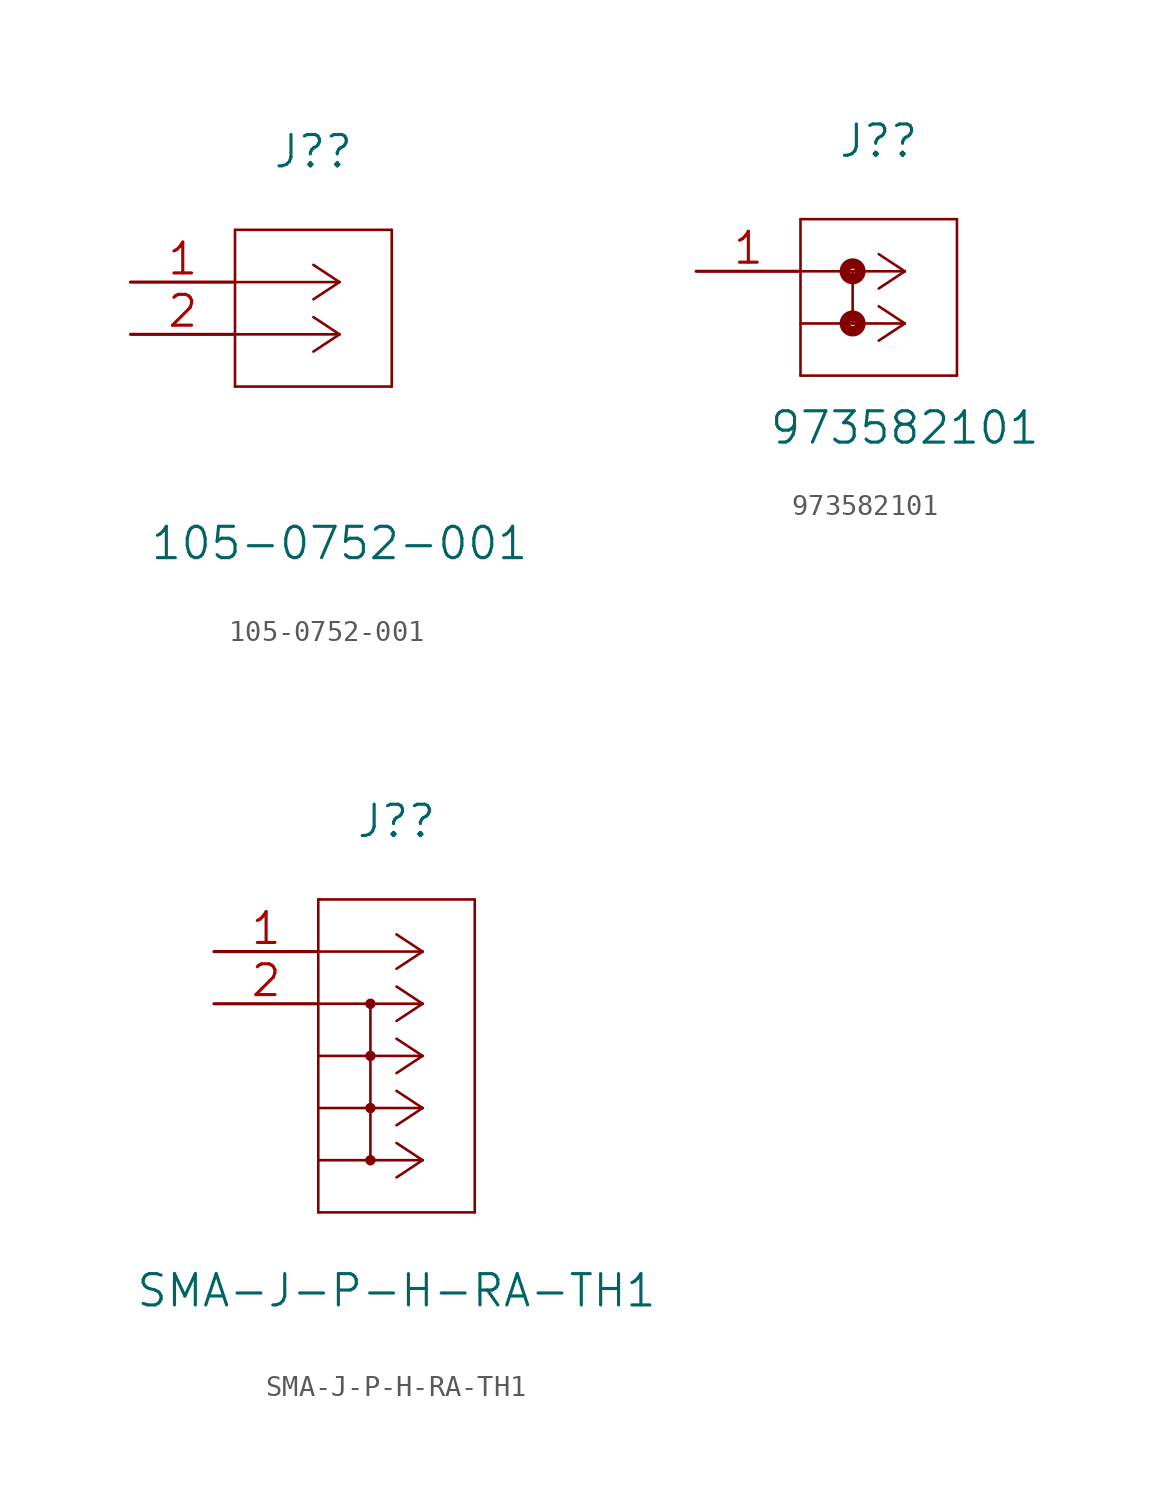
<source format=kicad_sym>
(kicad_symbol_lib
  (version 20211014)
  (generator kicad_symbol_editor)
  (symbol "105-0752-001"
    (pin_names
      (offset 0.254) hide)
    (property "Reference" "J?"
      (at 8.89 6.35 0)
      (effects (font (size 1.524 1.524))))
    (property "Value" "105-0752-001"
      (at 10.16 -12.7 0)
      (effects (font (size 1.524 1.524))))
    (symbol "105-0752-001_1_1"
      (polyline (pts (xy 5.08 -5.08) (xy 12.7 -5.08)) (stroke (width 0.127) (type default) (color 0 0 0 0)) (fill (type none)))
      (polyline (pts (xy 5.08 2.54) (xy 5.08 -5.08)) (stroke (width 0.127) (type default) (color 0 0 0 0)) (fill (type none)))
      (polyline (pts (xy 10.16 -2.54) (xy 5.08 -2.54)) (stroke (width 0.127) (type default) (color 0 0 0 0)) (fill (type none)))
      (polyline (pts (xy 10.16 -2.54) (xy 8.89 -3.378)) (stroke (width 0.127) (type default) (color 0 0 0 0)) (fill (type none)))
      (polyline (pts (xy 10.16 -2.54) (xy 8.89 -1.702)) (stroke (width 0.127) (type default) (color 0 0 0 0)) (fill (type none)))
      (polyline (pts (xy 10.16 0) (xy 5.08 0)) (stroke (width 0.127) (type default) (color 0 0 0 0)) (fill (type none)))
      (polyline (pts (xy 10.16 0) (xy 8.89 -0.838)) (stroke (width 0.127) (type default) (color 0 0 0 0)) (fill (type none)))
      (polyline (pts (xy 10.16 0) (xy 8.89 0.838)) (stroke (width 0.127) (type default) (color 0 0 0 0)) (fill (type none)))
      (polyline (pts (xy 12.7 -5.08) (xy 12.7 2.54)) (stroke (width 0.127) (type default) (color 0 0 0 0)) (fill (type none)))
      (polyline (pts (xy 12.7 2.54) (xy 5.08 2.54)) (stroke (width 0.127) (type default) (color 0 0 0 0)) (fill (type none)))
      (pin output line (at 0 0 0) (length 5.08) (name "1" (effects (font (size 1.499 1.499)))) (number "1" (effects (font (size 1.499 1.499)))))
      (pin output line (at 0 -2.54 0) (length 5.08) (name "2" (effects (font (size 1.499 1.499)))) (number "2" (effects (font (size 1.499 1.499)))))))
  (symbol "973582101"
    (pin_names
      (offset 0.254) hide)
    (property "Reference" "J?"
      (at 8.89 6.35 0)
      (effects (font (size 1.524 1.524))))
    (property "Value" "973582101"
      (at 10.16 -7.62 0)
      (effects (font (size 1.524 1.524))))
    (symbol "973582101_1_1"
      (polyline (pts (xy 5.08 -5.08) (xy 12.7 -5.08)) (stroke (width 0.127) (type default) (color 0 0 0 0)) (fill (type none)))
      (polyline (pts (xy 5.08 2.54) (xy 5.08 -5.08)) (stroke (width 0.127) (type default) (color 0 0 0 0)) (fill (type none)))
      (polyline (pts (xy 7.62 0) (xy 7.62 -2.54)) (stroke (width 0.127) (type default) (color 0 0 0 0)) (fill (type none)))
      (polyline (pts (xy 10.16 -2.54) (xy 5.08 -2.54)) (stroke (width 0.127) (type default) (color 0 0 0 0)) (fill (type none)))
      (polyline (pts (xy 10.16 -2.54) (xy 8.89 -3.378)) (stroke (width 0.127) (type default) (color 0 0 0 0)) (fill (type none)))
      (polyline (pts (xy 10.16 -2.54) (xy 8.89 -1.702)) (stroke (width 0.127) (type default) (color 0 0 0 0)) (fill (type none)))
      (polyline (pts (xy 10.16 0) (xy 5.08 0)) (stroke (width 0.127) (type default) (color 0 0 0 0)) (fill (type none)))
      (polyline (pts (xy 10.16 0) (xy 8.89 -0.838)) (stroke (width 0.127) (type default) (color 0 0 0 0)) (fill (type none)))
      (polyline (pts (xy 10.16 0) (xy 8.89 0.838)) (stroke (width 0.127) (type default) (color 0 0 0 0)) (fill (type none)))
      (polyline (pts (xy 12.7 -5.08) (xy 12.7 2.54)) (stroke (width 0.127) (type default) (color 0 0 0 0)) (fill (type none)))
      (polyline (pts (xy 12.7 2.54) (xy 5.08 2.54)) (stroke (width 0.127) (type default) (color 0 0 0 0)) (fill (type none)))
      (circle (center 7.62 -2.54) (radius 0.127) (stroke (width 0.508) (type default) (color 0 0 0 0)) (fill (type none)))
      (circle (center 7.62 0) (radius 0.127) (stroke (width 0.508) (type default) (color 0 0 0 0)) (fill (type none)))
      (pin bidirectional line (at 0 0 0) (length 5.08) (name "1" (effects (font (size 1.499 1.499)))) (number "1" (effects (font (size 1.499 1.499)))))
      (pin no_connect line (at 0 -2.54 0) (length 5.08) hide (name "2" (effects (font (size 1.499 1.499)))) (number "2" (effects (font (size 1.499 1.499)))))))
  (symbol "SMA-J-P-H-RA-TH1"
    (pin_names
      (offset 0.254) hide)
    (property "Reference" "J?"
      (at 8.89 6.35 0)
      (effects (font (size 1.524 1.524))))
    (property "Value" "SMA-J-P-H-RA-TH1"
      (at 8.89 -16.51 0)
      (effects (font (size 1.524 1.524))))
    (symbol "SMA-J-P-H-RA-TH1_1_1"
      (polyline (pts (xy 5.08 -12.7) (xy 12.7 -12.7)) (stroke (width 0.127) (type default) (color 0 0 0 0)) (fill (type none)))
      (polyline (pts (xy 5.08 2.54) (xy 5.08 -12.7)) (stroke (width 0.127) (type default) (color 0 0 0 0)) (fill (type none)))
      (polyline (pts (xy 7.62 -2.54) (xy 7.62 -10.16)) (stroke (width 0.127) (type default) (color 0 0 0 0)) (fill (type none)))
      (polyline (pts (xy 10.16 -10.16) (xy 5.08 -10.16)) (stroke (width 0.127) (type default) (color 0 0 0 0)) (fill (type none)))
      (polyline (pts (xy 10.16 -10.16) (xy 8.89 -10.998)) (stroke (width 0.127) (type default) (color 0 0 0 0)) (fill (type none)))
      (polyline (pts (xy 10.16 -10.16) (xy 8.89 -9.322)) (stroke (width 0.127) (type default) (color 0 0 0 0)) (fill (type none)))
      (polyline (pts (xy 10.16 -7.62) (xy 5.08 -7.62)) (stroke (width 0.127) (type default) (color 0 0 0 0)) (fill (type none)))
      (polyline (pts (xy 10.16 -7.62) (xy 8.89 -8.458)) (stroke (width 0.127) (type default) (color 0 0 0 0)) (fill (type none)))
      (polyline (pts (xy 10.16 -7.62) (xy 8.89 -6.782)) (stroke (width 0.127) (type default) (color 0 0 0 0)) (fill (type none)))
      (polyline (pts (xy 10.16 -5.08) (xy 5.08 -5.08)) (stroke (width 0.127) (type default) (color 0 0 0 0)) (fill (type none)))
      (polyline (pts (xy 10.16 -5.08) (xy 8.89 -5.918)) (stroke (width 0.127) (type default) (color 0 0 0 0)) (fill (type none)))
      (polyline (pts (xy 10.16 -5.08) (xy 8.89 -4.242)) (stroke (width 0.127) (type default) (color 0 0 0 0)) (fill (type none)))
      (polyline (pts (xy 10.16 -2.54) (xy 5.08 -2.54)) (stroke (width 0.127) (type default) (color 0 0 0 0)) (fill (type none)))
      (polyline (pts (xy 10.16 -2.54) (xy 8.89 -3.378)) (stroke (width 0.127) (type default) (color 0 0 0 0)) (fill (type none)))
      (polyline (pts (xy 10.16 -2.54) (xy 8.89 -1.702)) (stroke (width 0.127) (type default) (color 0 0 0 0)) (fill (type none)))
      (polyline (pts (xy 10.16 0) (xy 5.08 0)) (stroke (width 0.127) (type default) (color 0 0 0 0)) (fill (type none)))
      (polyline (pts (xy 10.16 0) (xy 8.89 -0.838)) (stroke (width 0.127) (type default) (color 0 0 0 0)) (fill (type none)))
      (polyline (pts (xy 10.16 0) (xy 8.89 0.838)) (stroke (width 0.127) (type default) (color 0 0 0 0)) (fill (type none)))
      (polyline (pts (xy 12.7 -12.7) (xy 12.7 2.54)) (stroke (width 0.127) (type default) (color 0 0 0 0)) (fill (type none)))
      (polyline (pts (xy 12.7 2.54) (xy 5.08 2.54)) (stroke (width 0.127) (type default) (color 0 0 0 0)) (fill (type none)))
      (arc (start 7.62 -10.287) (mid 7.62 -10.033) (end 7.62 -10.287) (stroke (width 0.254) (type default) (color 0 0 0 0)) (fill (type none)))
      (circle (center 7.62 -10.16) (radius 0.127) (stroke (width 0.254) (type default) (color 0 0 0 0)) (fill (type none)))
      (arc (start 7.62 -7.747) (mid 7.62 -7.493) (end 7.62 -7.747) (stroke (width 0.254) (type default) (color 0 0 0 0)) (fill (type none)))
      (circle (center 7.62 -7.62) (radius 0.127) (stroke (width 0.254) (type default) (color 0 0 0 0)) (fill (type none)))
      (arc (start 7.62 -5.207) (mid 7.62 -4.953) (end 7.62 -5.207) (stroke (width 0.254) (type default) (color 0 0 0 0)) (fill (type none)))
      (circle (center 7.62 -5.08) (radius 0.127) (stroke (width 0.254) (type default) (color 0 0 0 0)) (fill (type none)))
      (arc (start 7.62 -2.667) (mid 7.62 -2.413) (end 7.62 -2.667) (stroke (width 0.254) (type default) (color 0 0 0 0)) (fill (type none)))
      (circle (center 7.62 -2.54) (radius 0.127) (stroke (width 0.254) (type default) (color 0 0 0 0)) (fill (type none)))
      (pin bidirectional line (at 0 0 0) (length 5.08) (name "1" (effects (font (size 1.499 1.499)))) (number "1" (effects (font (size 1.499 1.499)))))
      (pin passive line (at 0 -2.54 0) (length 5.08) (name "2" (effects (font (size 1.499 1.499)))) (number "2" (effects (font (size 1.499 1.499)))))
      (pin no_connect line (at 0 -5.08 0) (length 5.08) hide (name "3" (effects (font (size 1.499 1.499)))) (number "3" (effects (font (size 1.499 1.499)))))
      (pin no_connect line (at 0 -7.62 0) (length 5.08) hide (name "4" (effects (font (size 1.499 1.499)))) (number "4" (effects (font (size 1.499 1.499)))))
      (pin no_connect line (at 0 -10.16 0) (length 5.08) hide (name "5" (effects (font (size 1.499 1.499)))) (number "5" (effects (font (size 1.499 1.499))))))))
</source>
